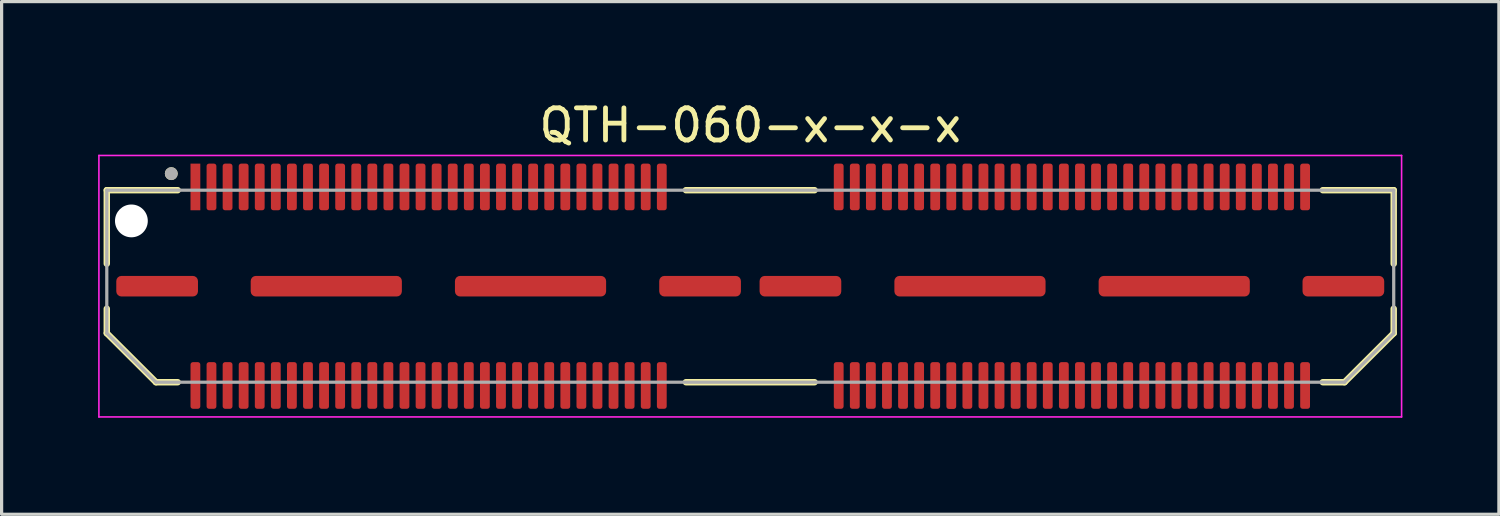
<source format=kicad_pcb>
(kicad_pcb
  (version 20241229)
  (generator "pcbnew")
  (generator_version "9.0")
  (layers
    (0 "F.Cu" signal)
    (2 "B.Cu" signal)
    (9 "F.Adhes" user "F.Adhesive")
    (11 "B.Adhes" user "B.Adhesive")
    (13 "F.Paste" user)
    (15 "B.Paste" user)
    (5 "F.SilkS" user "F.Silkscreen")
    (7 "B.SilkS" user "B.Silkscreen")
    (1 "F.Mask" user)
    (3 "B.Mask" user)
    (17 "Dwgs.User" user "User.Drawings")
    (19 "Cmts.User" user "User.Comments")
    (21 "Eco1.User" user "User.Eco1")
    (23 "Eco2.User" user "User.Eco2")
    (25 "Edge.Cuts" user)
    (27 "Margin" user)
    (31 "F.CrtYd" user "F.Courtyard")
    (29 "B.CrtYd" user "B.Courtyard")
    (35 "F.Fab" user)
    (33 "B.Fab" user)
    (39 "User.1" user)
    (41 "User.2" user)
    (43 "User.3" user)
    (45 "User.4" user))
  (footprint "QTH-060-x-x-x"
    (layer "F.Cu")
    (at 20.275 5.848)
    (property "Reference" "QTH-060-x-x-x" (at 0 -5 0) (layer "F.SilkS") (effects (font (size 1 1) (thickness 0.15))))
    (attr smd)
    (fp_line (start -20.005 -2.985) (end -17.8 -2.985) (stroke (width 0.2) (type solid)) (layer "F.SilkS"))
    (fp_line (start -20.005 -0.7) (end -20.005 -2.985) (stroke (width 0.2) (type solid)) (layer "F.SilkS"))
    (fp_line (start -20.005 1.461) (end -20.005 0.7) (stroke (width 0.2) (type solid)) (layer "F.SilkS"))
    (fp_line (start -18.476 2.985) (end -20.005 1.461) (stroke (width 0.2) (type solid)) (layer "F.SilkS"))
    (fp_line (start -18.476 2.985) (end -17.8 2.985) (stroke (width 0.2) (type solid)) (layer "F.SilkS"))
    (fp_line (start -2 -2.985) (end 2 -2.985) (stroke (width 0.2) (type solid)) (layer "F.SilkS"))
    (fp_line (start -2 2.985) (end 2 2.985) (stroke (width 0.2) (type solid)) (layer "F.SilkS"))
    (fp_line (start 18.476 2.985) (end 17.8 2.985) (stroke (width 0.2) (type solid)) (layer "F.SilkS"))
    (fp_line (start 20.005 -2.985) (end 17.8 -2.985) (stroke (width 0.2) (type solid)) (layer "F.SilkS"))
    (fp_line (start 20.005 -0.7) (end 20.005 -2.985) (stroke (width 0.2) (type solid)) (layer "F.SilkS"))
    (fp_line (start 20.005 1.461) (end 18.476 2.985) (stroke (width 0.2) (type solid)) (layer "F.SilkS"))
    (fp_line (start 20.005 1.461) (end 20.005 0.7) (stroke (width 0.2) (type solid)) (layer "F.SilkS"))
    (fp_circle (center -18 -3.5) (end -17.9 -3.5) (stroke (width 0.2) (type solid)) (fill no) (layer "F.SilkS"))
    (fp_line (start -20.25 -4.065) (end 20.25 -4.065) (stroke (width 0.05) (type solid)) (layer "F.CrtYd"))
    (fp_line (start -20.25 4.065) (end -20.25 -4.065) (stroke (width 0.05) (type solid)) (layer "F.CrtYd"))
    (fp_line (start 20.25 -4.065) (end 20.25 4.065) (stroke (width 0.05) (type solid)) (layer "F.CrtYd"))
    (fp_line (start 20.25 4.065) (end -20.25 4.065) (stroke (width 0.05) (type solid)) (layer "F.CrtYd"))
    (fp_line (start -20.005 -2.985) (end 20.005 -2.985) (stroke (width 0.1) (type solid)) (layer "F.Fab"))
    (fp_line (start -20.005 1.461) (end -20.005 -2.985) (stroke (width 0.1) (type solid)) (layer "F.Fab"))
    (fp_line (start -18.476 2.985) (end -20.005 1.461) (stroke (width 0.1) (type solid)) (layer "F.Fab"))
    (fp_line (start 18.476 2.985) (end -18.476 2.985) (stroke (width 0.1) (type solid)) (layer "F.Fab"))
    (fp_line (start 20.005 -2.985) (end 20.005 1.461) (stroke (width 0.1) (type solid)) (layer "F.Fab"))
    (fp_line (start 20.005 1.461) (end 18.476 2.985) (stroke (width 0.1) (type solid)) (layer "F.Fab"))
    (fp_circle (center -18 -3.5) (end -17.9 -3.5) (stroke (width 0.2) (type solid)) (fill no) (layer "F.Fab"))
    (pad "" np_thru_hole circle (at -19.24 -2.03) (size 1.02 1.02) (drill 1.02) (layers "*.Cu" "*.Mask"))
    (pad "1" smd rect (at -17.25 -3.086) (size 0.305 1.45) (layers "F.Cu" "F.Mask" "F.Paste"))
    (pad "2" smd roundrect (at -17.25 3.086) (size 0.305 1.45) (layers "F.Cu" "F.Mask" "F.Paste") (roundrect_rratio 0.25))
    (pad "3" smd roundrect (at -16.75 -3.086) (size 0.305 1.45) (layers "F.Cu" "F.Mask" "F.Paste") (roundrect_rratio 0.25))
    (pad "4" smd roundrect (at -16.75 3.086) (size 0.305 1.45) (layers "F.Cu" "F.Mask" "F.Paste") (roundrect_rratio 0.25))
    (pad "5" smd roundrect (at -16.25 -3.086) (size 0.305 1.45) (layers "F.Cu" "F.Mask" "F.Paste") (roundrect_rratio 0.25))
    (pad "6" smd roundrect (at -16.25 3.086) (size 0.305 1.45) (layers "F.Cu" "F.Mask" "F.Paste") (roundrect_rratio 0.25))
    (pad "7" smd roundrect (at -15.75 -3.086) (size 0.305 1.45) (layers "F.Cu" "F.Mask" "F.Paste") (roundrect_rratio 0.25))
    (pad "8" smd roundrect (at -15.75 3.086) (size 0.305 1.45) (layers "F.Cu" "F.Mask" "F.Paste") (roundrect_rratio 0.25))
    (pad "9" smd roundrect (at -15.25 -3.086) (size 0.305 1.45) (layers "F.Cu" "F.Mask" "F.Paste") (roundrect_rratio 0.25))
    (pad "10" smd roundrect (at -15.25 3.086) (size 0.305 1.45) (layers "F.Cu" "F.Mask" "F.Paste") (roundrect_rratio 0.25))
    (pad "11" smd roundrect (at -14.75 -3.086) (size 0.305 1.45) (layers "F.Cu" "F.Mask" "F.Paste") (roundrect_rratio 0.25))
    (pad "12" smd roundrect (at -14.75 3.086) (size 0.305 1.45) (layers "F.Cu" "F.Mask" "F.Paste") (roundrect_rratio 0.25))
    (pad "13" smd roundrect (at -14.25 -3.086) (size 0.305 1.45) (layers "F.Cu" "F.Mask" "F.Paste") (roundrect_rratio 0.25))
    (pad "14" smd roundrect (at -14.25 3.086) (size 0.305 1.45) (layers "F.Cu" "F.Mask" "F.Paste") (roundrect_rratio 0.25))
    (pad "15" smd roundrect (at -13.75 -3.086) (size 0.305 1.45) (layers "F.Cu" "F.Mask" "F.Paste") (roundrect_rratio 0.25))
    (pad "16" smd roundrect (at -13.75 3.086) (size 0.305 1.45) (layers "F.Cu" "F.Mask" "F.Paste") (roundrect_rratio 0.25))
    (pad "17" smd roundrect (at -13.25 -3.086) (size 0.305 1.45) (layers "F.Cu" "F.Mask" "F.Paste") (roundrect_rratio 0.25))
    (pad "18" smd roundrect (at -13.25 3.086) (size 0.305 1.45) (layers "F.Cu" "F.Mask" "F.Paste") (roundrect_rratio 0.25))
    (pad "19" smd roundrect (at -12.75 -3.086) (size 0.305 1.45) (layers "F.Cu" "F.Mask" "F.Paste") (roundrect_rratio 0.25))
    (pad "20" smd roundrect (at -12.75 3.086) (size 0.305 1.45) (layers "F.Cu" "F.Mask" "F.Paste") (roundrect_rratio 0.25))
    (pad "21" smd roundrect (at -12.25 -3.086) (size 0.305 1.45) (layers "F.Cu" "F.Mask" "F.Paste") (roundrect_rratio 0.25))
    (pad "22" smd roundrect (at -12.25 3.086) (size 0.305 1.45) (layers "F.Cu" "F.Mask" "F.Paste") (roundrect_rratio 0.25))
    (pad "23" smd roundrect (at -11.75 -3.086) (size 0.305 1.45) (layers "F.Cu" "F.Mask" "F.Paste") (roundrect_rratio 0.25))
    (pad "24" smd roundrect (at -11.75 3.086) (size 0.305 1.45) (layers "F.Cu" "F.Mask" "F.Paste") (roundrect_rratio 0.25))
    (pad "25" smd roundrect (at -11.25 -3.086) (size 0.305 1.45) (layers "F.Cu" "F.Mask" "F.Paste") (roundrect_rratio 0.25))
    (pad "26" smd roundrect (at -11.25 3.086) (size 0.305 1.45) (layers "F.Cu" "F.Mask" "F.Paste") (roundrect_rratio 0.25))
    (pad "27" smd roundrect (at -10.75 -3.086) (size 0.305 1.45) (layers "F.Cu" "F.Mask" "F.Paste") (roundrect_rratio 0.25))
    (pad "28" smd roundrect (at -10.75 3.086) (size 0.305 1.45) (layers "F.Cu" "F.Mask" "F.Paste") (roundrect_rratio 0.25))
    (pad "29" smd roundrect (at -10.25 -3.086) (size 0.305 1.45) (layers "F.Cu" "F.Mask" "F.Paste") (roundrect_rratio 0.25))
    (pad "30" smd roundrect (at -10.25 3.086) (size 0.305 1.45) (layers "F.Cu" "F.Mask" "F.Paste") (roundrect_rratio 0.25))
    (pad "31" smd roundrect (at -9.75 -3.086) (size 0.305 1.45) (layers "F.Cu" "F.Mask" "F.Paste") (roundrect_rratio 0.25))
    (pad "32" smd roundrect (at -9.75 3.086) (size 0.305 1.45) (layers "F.Cu" "F.Mask" "F.Paste") (roundrect_rratio 0.25))
    (pad "33" smd roundrect (at -9.25 -3.086) (size 0.305 1.45) (layers "F.Cu" "F.Mask" "F.Paste") (roundrect_rratio 0.25))
    (pad "34" smd roundrect (at -9.25 3.086) (size 0.305 1.45) (layers "F.Cu" "F.Mask" "F.Paste") (roundrect_rratio 0.25))
    (pad "35" smd roundrect (at -8.75 -3.086) (size 0.305 1.45) (layers "F.Cu" "F.Mask" "F.Paste") (roundrect_rratio 0.25))
    (pad "36" smd roundrect (at -8.75 3.086) (size 0.305 1.45) (layers "F.Cu" "F.Mask" "F.Paste") (roundrect_rratio 0.25))
    (pad "37" smd roundrect (at -8.25 -3.086) (size 0.305 1.45) (layers "F.Cu" "F.Mask" "F.Paste") (roundrect_rratio 0.25))
    (pad "38" smd roundrect (at -8.25 3.086) (size 0.305 1.45) (layers "F.Cu" "F.Mask" "F.Paste") (roundrect_rratio 0.25))
    (pad "39" smd roundrect (at -7.75 -3.086) (size 0.305 1.45) (layers "F.Cu" "F.Mask" "F.Paste") (roundrect_rratio 0.25))
    (pad "40" smd roundrect (at -7.75 3.086) (size 0.305 1.45) (layers "F.Cu" "F.Mask" "F.Paste") (roundrect_rratio 0.25))
    (pad "41" smd roundrect (at -7.25 -3.086) (size 0.305 1.45) (layers "F.Cu" "F.Mask" "F.Paste") (roundrect_rratio 0.25))
    (pad "42" smd roundrect (at -7.25 3.086) (size 0.305 1.45) (layers "F.Cu" "F.Mask" "F.Paste") (roundrect_rratio 0.25))
    (pad "43" smd roundrect (at -6.75 -3.086) (size 0.305 1.45) (layers "F.Cu" "F.Mask" "F.Paste") (roundrect_rratio 0.25))
    (pad "44" smd roundrect (at -6.75 3.086) (size 0.305 1.45) (layers "F.Cu" "F.Mask" "F.Paste") (roundrect_rratio 0.25))
    (pad "45" smd roundrect (at -6.25 -3.086) (size 0.305 1.45) (layers "F.Cu" "F.Mask" "F.Paste") (roundrect_rratio 0.25))
    (pad "46" smd roundrect (at -6.25 3.086) (size 0.305 1.45) (layers "F.Cu" "F.Mask" "F.Paste") (roundrect_rratio 0.25))
    (pad "47" smd roundrect (at -5.75 -3.086) (size 0.305 1.45) (layers "F.Cu" "F.Mask" "F.Paste") (roundrect_rratio 0.25))
    (pad "48" smd roundrect (at -5.75 3.086) (size 0.305 1.45) (layers "F.Cu" "F.Mask" "F.Paste") (roundrect_rratio 0.25))
    (pad "49" smd roundrect (at -5.25 -3.086) (size 0.305 1.45) (layers "F.Cu" "F.Mask" "F.Paste") (roundrect_rratio 0.25))
    (pad "50" smd roundrect (at -5.25 3.086) (size 0.305 1.45) (layers "F.Cu" "F.Mask" "F.Paste") (roundrect_rratio 0.25))
    (pad "51" smd roundrect (at -4.75 -3.086) (size 0.305 1.45) (layers "F.Cu" "F.Mask" "F.Paste") (roundrect_rratio 0.25))
    (pad "52" smd roundrect (at -4.75 3.086) (size 0.305 1.45) (layers "F.Cu" "F.Mask" "F.Paste") (roundrect_rratio 0.25))
    (pad "53" smd roundrect (at -4.25 -3.086) (size 0.305 1.45) (layers "F.Cu" "F.Mask" "F.Paste") (roundrect_rratio 0.25))
    (pad "54" smd roundrect (at -4.25 3.086) (size 0.305 1.45) (layers "F.Cu" "F.Mask" "F.Paste") (roundrect_rratio 0.25))
    (pad "55" smd roundrect (at -3.75 -3.086) (size 0.305 1.45) (layers "F.Cu" "F.Mask" "F.Paste") (roundrect_rratio 0.25))
    (pad "56" smd roundrect (at -3.75 3.086) (size 0.305 1.45) (layers "F.Cu" "F.Mask" "F.Paste") (roundrect_rratio 0.25))
    (pad "57" smd roundrect (at -3.25 -3.086) (size 0.305 1.45) (layers "F.Cu" "F.Mask" "F.Paste") (roundrect_rratio 0.25))
    (pad "58" smd roundrect (at -3.25 3.086) (size 0.305 1.45) (layers "F.Cu" "F.Mask" "F.Paste") (roundrect_rratio 0.25))
    (pad "59" smd roundrect (at -2.75 -3.086) (size 0.305 1.45) (layers "F.Cu" "F.Mask" "F.Paste") (roundrect_rratio 0.25))
    (pad "60" smd roundrect (at -2.75 3.086) (size 0.305 1.45) (layers "F.Cu" "F.Mask" "F.Paste") (roundrect_rratio 0.25))
    (pad "61" smd roundrect (at 2.75 -3.086) (size 0.305 1.45) (layers "F.Cu" "F.Mask" "F.Paste") (roundrect_rratio 0.25))
    (pad "62" smd roundrect (at 2.75 3.086) (size 0.305 1.45) (layers "F.Cu" "F.Mask" "F.Paste") (roundrect_rratio 0.25))
    (pad "63" smd roundrect (at 3.25 -3.086) (size 0.305 1.45) (layers "F.Cu" "F.Mask" "F.Paste") (roundrect_rratio 0.25))
    (pad "64" smd roundrect (at 3.25 3.086) (size 0.305 1.45) (layers "F.Cu" "F.Mask" "F.Paste") (roundrect_rratio 0.25))
    (pad "65" smd roundrect (at 3.75 -3.086) (size 0.305 1.45) (layers "F.Cu" "F.Mask" "F.Paste") (roundrect_rratio 0.25))
    (pad "66" smd roundrect (at 3.75 3.086) (size 0.305 1.45) (layers "F.Cu" "F.Mask" "F.Paste") (roundrect_rratio 0.25))
    (pad "67" smd roundrect (at 4.25 -3.086) (size 0.305 1.45) (layers "F.Cu" "F.Mask" "F.Paste") (roundrect_rratio 0.25))
    (pad "68" smd roundrect (at 4.25 3.086) (size 0.305 1.45) (layers "F.Cu" "F.Mask" "F.Paste") (roundrect_rratio 0.25))
    (pad "69" smd roundrect (at 4.75 -3.086) (size 0.305 1.45) (layers "F.Cu" "F.Mask" "F.Paste") (roundrect_rratio 0.25))
    (pad "70" smd roundrect (at 4.75 3.086) (size 0.305 1.45) (layers "F.Cu" "F.Mask" "F.Paste") (roundrect_rratio 0.25))
    (pad "71" smd roundrect (at 5.25 -3.086) (size 0.305 1.45) (layers "F.Cu" "F.Mask" "F.Paste") (roundrect_rratio 0.25))
    (pad "72" smd roundrect (at 5.25 3.086) (size 0.305 1.45) (layers "F.Cu" "F.Mask" "F.Paste") (roundrect_rratio 0.25))
    (pad "73" smd roundrect (at 5.75 -3.086) (size 0.305 1.45) (layers "F.Cu" "F.Mask" "F.Paste") (roundrect_rratio 0.25))
    (pad "74" smd roundrect (at 5.75 3.086) (size 0.305 1.45) (layers "F.Cu" "F.Mask" "F.Paste") (roundrect_rratio 0.25))
    (pad "75" smd roundrect (at 6.25 -3.086) (size 0.305 1.45) (layers "F.Cu" "F.Mask" "F.Paste") (roundrect_rratio 0.25))
    (pad "76" smd roundrect (at 6.25 3.09) (size 0.305 1.45) (layers "F.Cu" "F.Mask" "F.Paste") (roundrect_rratio 0.25))
    (pad "77" smd roundrect (at 6.75 -3.086) (size 0.305 1.45) (layers "F.Cu" "F.Mask" "F.Paste") (roundrect_rratio 0.25))
    (pad "78" smd roundrect (at 6.75 3.086) (size 0.305 1.45) (layers "F.Cu" "F.Mask" "F.Paste") (roundrect_rratio 0.25))
    (pad "79" smd roundrect (at 7.25 -3.086) (size 0.305 1.45) (layers "F.Cu" "F.Mask" "F.Paste") (roundrect_rratio 0.25))
    (pad "80" smd roundrect (at 7.25 3.086) (size 0.305 1.45) (layers "F.Cu" "F.Mask" "F.Paste") (roundrect_rratio 0.25))
    (pad "81" smd roundrect (at 7.75 -3.086) (size 0.305 1.45) (layers "F.Cu" "F.Mask" "F.Paste") (roundrect_rratio 0.25))
    (pad "82" smd roundrect (at 7.75 3.086) (size 0.305 1.45) (layers "F.Cu" "F.Mask" "F.Paste") (roundrect_rratio 0.25))
    (pad "83" smd roundrect (at 8.25 -3.086) (size 0.305 1.45) (layers "F.Cu" "F.Mask" "F.Paste") (roundrect_rratio 0.25))
    (pad "84" smd roundrect (at 8.25 3.086) (size 0.305 1.45) (layers "F.Cu" "F.Mask" "F.Paste") (roundrect_rratio 0.25))
    (pad "85" smd roundrect (at 8.75 -3.086) (size 0.305 1.45) (layers "F.Cu" "F.Mask" "F.Paste") (roundrect_rratio 0.25))
    (pad "86" smd roundrect (at 8.75 3.086) (size 0.305 1.45) (layers "F.Cu" "F.Mask" "F.Paste") (roundrect_rratio 0.25))
    (pad "87" smd roundrect (at 9.25 -3.086) (size 0.305 1.45) (layers "F.Cu" "F.Mask" "F.Paste") (roundrect_rratio 0.25))
    (pad "88" smd roundrect (at 9.25 3.086) (size 0.305 1.45) (layers "F.Cu" "F.Mask" "F.Paste") (roundrect_rratio 0.25))
    (pad "89" smd roundrect (at 9.75 -3.086) (size 0.305 1.45) (layers "F.Cu" "F.Mask" "F.Paste") (roundrect_rratio 0.25))
    (pad "90" smd roundrect (at 9.75 3.086) (size 0.305 1.45) (layers "F.Cu" "F.Mask" "F.Paste") (roundrect_rratio 0.25))
    (pad "91" smd roundrect (at 10.25 -3.086) (size 0.305 1.45) (layers "F.Cu" "F.Mask" "F.Paste") (roundrect_rratio 0.25))
    (pad "92" smd roundrect (at 10.25 3.086) (size 0.305 1.45) (layers "F.Cu" "F.Mask" "F.Paste") (roundrect_rratio 0.25))
    (pad "93" smd roundrect (at 10.75 -3.086) (size 0.305 1.45) (layers "F.Cu" "F.Mask" "F.Paste") (roundrect_rratio 0.25))
    (pad "94" smd roundrect (at 10.75 3.086) (size 0.305 1.45) (layers "F.Cu" "F.Mask" "F.Paste") (roundrect_rratio 0.25))
    (pad "95" smd roundrect (at 11.25 -3.086) (size 0.305 1.45) (layers "F.Cu" "F.Mask" "F.Paste") (roundrect_rratio 0.25))
    (pad "96" smd roundrect (at 11.25 3.086) (size 0.305 1.45) (layers "F.Cu" "F.Mask" "F.Paste") (roundrect_rratio 0.25))
    (pad "97" smd roundrect (at 11.75 -3.086) (size 0.305 1.45) (layers "F.Cu" "F.Mask" "F.Paste") (roundrect_rratio 0.25))
    (pad "98" smd roundrect (at 11.75 3.086) (size 0.305 1.45) (layers "F.Cu" "F.Mask" "F.Paste") (roundrect_rratio 0.25))
    (pad "99" smd roundrect (at 12.25 -3.086) (size 0.305 1.45) (layers "F.Cu" "F.Mask" "F.Paste") (roundrect_rratio 0.25))
    (pad "100" smd roundrect (at 12.25 3.086) (size 0.305 1.45) (layers "F.Cu" "F.Mask" "F.Paste") (roundrect_rratio 0.25))
    (pad "101" smd roundrect (at 12.75 -3.086) (size 0.305 1.45) (layers "F.Cu" "F.Mask" "F.Paste") (roundrect_rratio 0.25))
    (pad "102" smd roundrect (at 12.75 3.086) (size 0.305 1.45) (layers "F.Cu" "F.Mask" "F.Paste") (roundrect_rratio 0.25))
    (pad "103" smd roundrect (at 13.25 -3.086) (size 0.305 1.45) (layers "F.Cu" "F.Mask" "F.Paste") (roundrect_rratio 0.25))
    (pad "104" smd roundrect (at 13.25 3.086) (size 0.305 1.45) (layers "F.Cu" "F.Mask" "F.Paste") (roundrect_rratio 0.25))
    (pad "105" smd roundrect (at 13.75 -3.086) (size 0.305 1.45) (layers "F.Cu" "F.Mask" "F.Paste") (roundrect_rratio 0.25))
    (pad "106" smd roundrect (at 13.75 3.086) (size 0.305 1.45) (layers "F.Cu" "F.Mask" "F.Paste") (roundrect_rratio 0.25))
    (pad "107" smd roundrect (at 14.25 -3.086) (size 0.305 1.45) (layers "F.Cu" "F.Mask" "F.Paste") (roundrect_rratio 0.25))
    (pad "108" smd roundrect (at 14.25 3.086) (size 0.305 1.45) (layers "F.Cu" "F.Mask" "F.Paste") (roundrect_rratio 0.25))
    (pad "109" smd roundrect (at 14.75 -3.086) (size 0.305 1.45) (layers "F.Cu" "F.Mask" "F.Paste") (roundrect_rratio 0.25))
    (pad "110" smd roundrect (at 14.75 3.086) (size 0.305 1.45) (layers "F.Cu" "F.Mask" "F.Paste") (roundrect_rratio 0.25))
    (pad "111" smd roundrect (at 15.25 -3.086) (size 0.305 1.45) (layers "F.Cu" "F.Mask" "F.Paste") (roundrect_rratio 0.25))
    (pad "112" smd roundrect (at 15.25 3.086) (size 0.305 1.45) (layers "F.Cu" "F.Mask" "F.Paste") (roundrect_rratio 0.25))
    (pad "113" smd roundrect (at 15.75 -3.086) (size 0.305 1.45) (layers "F.Cu" "F.Mask" "F.Paste") (roundrect_rratio 0.25))
    (pad "114" smd roundrect (at 15.75 3.086) (size 0.305 1.45) (layers "F.Cu" "F.Mask" "F.Paste") (roundrect_rratio 0.25))
    (pad "115" smd roundrect (at 16.25 -3.086) (size 0.305 1.45) (layers "F.Cu" "F.Mask" "F.Paste") (roundrect_rratio 0.25))
    (pad "116" smd roundrect (at 16.25 3.086) (size 0.305 1.45) (layers "F.Cu" "F.Mask" "F.Paste") (roundrect_rratio 0.25))
    (pad "117" smd roundrect (at 16.75 -3.086) (size 0.305 1.45) (layers "F.Cu" "F.Mask" "F.Paste") (roundrect_rratio 0.25))
    (pad "118" smd roundrect (at 16.75 3.086) (size 0.305 1.45) (layers "F.Cu" "F.Mask" "F.Paste") (roundrect_rratio 0.25))
    (pad "119" smd roundrect (at 17.25 -3.086) (size 0.305 1.45) (layers "F.Cu" "F.Mask" "F.Paste") (roundrect_rratio 0.25))
    (pad "120" smd roundrect (at 17.25 3.086) (size 0.305 1.45) (layers "F.Cu" "F.Mask" "F.Paste") (roundrect_rratio 0.25))
    (pad "121" smd roundrect (at -18.44 0) (size 2.54 0.64) (layers "F.Cu" "F.Mask" "F.Paste") (roundrect_rratio 0.25))
    (pad "122" smd roundrect (at -13.181 0) (size 4.7 0.64) (layers "F.Cu" "F.Mask" "F.Paste") (roundrect_rratio 0.25))
    (pad "123" smd roundrect (at -6.831 0) (size 4.7 0.64) (layers "F.Cu" "F.Mask" "F.Paste") (roundrect_rratio 0.25))
    (pad "124" smd roundrect (at -1.56 0) (size 2.54 0.64) (layers "F.Cu" "F.Mask" "F.Paste") (roundrect_rratio 0.25))
    (pad "125" smd roundrect (at 1.56 0) (size 2.54 0.64) (layers "F.Cu" "F.Mask" "F.Paste") (roundrect_rratio 0.25))
    (pad "126" smd roundrect (at 6.831 0) (size 4.7 0.64) (layers "F.Cu" "F.Mask" "F.Paste") (roundrect_rratio 0.25))
    (pad "127" smd roundrect (at 13.181 0) (size 4.7 0.64) (layers "F.Cu" "F.Mask" "F.Paste") (roundrect_rratio 0.25))
    (pad "128" smd roundrect (at 18.44 0) (size 2.54 0.64) (layers "F.Cu" "F.Mask" "F.Paste") (roundrect_rratio 0.25)))
  (gr_rect
    (start -3 -3)
    (end 43.55 12.938)
    (stroke (width 0.1) (type default))
    (fill no)
    (layer "Edge.Cuts")))
</source>
